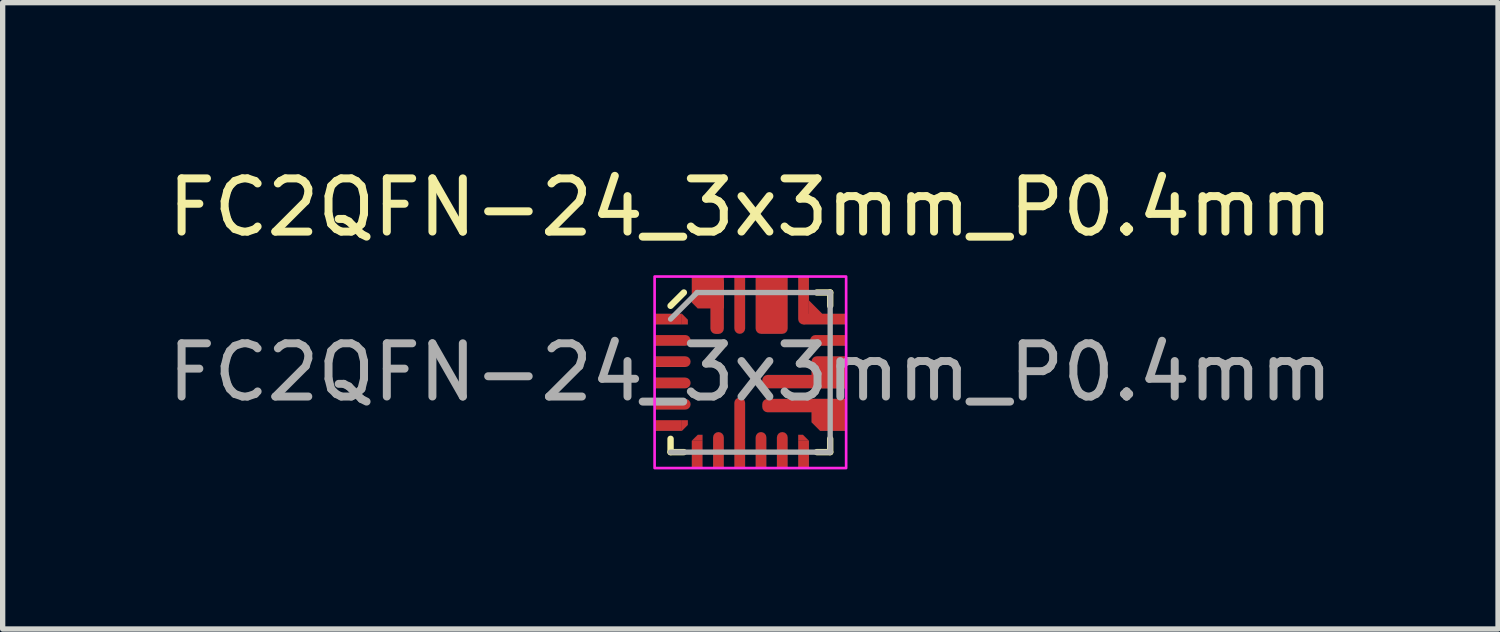
<source format=kicad_pcb>
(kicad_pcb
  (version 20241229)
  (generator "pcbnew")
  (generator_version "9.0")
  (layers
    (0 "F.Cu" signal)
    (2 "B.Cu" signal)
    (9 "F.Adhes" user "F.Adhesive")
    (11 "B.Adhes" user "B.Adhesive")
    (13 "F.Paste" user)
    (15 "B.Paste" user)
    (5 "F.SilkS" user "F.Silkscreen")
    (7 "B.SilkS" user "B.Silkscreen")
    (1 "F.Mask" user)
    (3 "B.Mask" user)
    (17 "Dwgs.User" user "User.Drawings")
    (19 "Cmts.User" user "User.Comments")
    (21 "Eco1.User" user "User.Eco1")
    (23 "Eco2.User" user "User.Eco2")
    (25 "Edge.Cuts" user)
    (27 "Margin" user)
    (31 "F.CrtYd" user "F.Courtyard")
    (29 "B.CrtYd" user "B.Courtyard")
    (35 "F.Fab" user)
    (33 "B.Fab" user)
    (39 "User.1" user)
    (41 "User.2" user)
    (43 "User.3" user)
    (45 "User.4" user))
  (footprint "FC2QFN-24_3x3mm_P0.4mm"
    (layer "F.Cu")
    (at 11.054 3.948)
    (property "Reference" "FC2QFN-24_3x3mm_P0.4mm" (at 0 -3.1 0) (unlocked yes) (layer "F.SilkS") (effects (font (size 1 1) (thickness 0.15))))
    (attr smd)
    (fp_line (start -1.5 1.5) (end -1.5 1.25) (stroke (width 0.12) (type solid)) (layer "F.SilkS"))
    (fp_line (start -1.25 -1.5) (end -1.5 -1.25) (stroke (width 0.12) (type solid)) (layer "F.SilkS"))
    (fp_line (start -1.25 1.5) (end -1.5 1.5) (stroke (width 0.12) (type solid)) (layer "F.SilkS"))
    (fp_line (start 1.25 -1.5) (end 1.5 -1.5) (stroke (width 0.12) (type solid)) (layer "F.SilkS"))
    (fp_line (start 1.5 -1.5) (end 1.5 -1.25) (stroke (width 0.12) (type solid)) (layer "F.SilkS"))
    (fp_line (start 1.5 1.25) (end 1.5 1.5) (stroke (width 0.12) (type solid)) (layer "F.SilkS"))
    (fp_line (start 1.5 1.5) (end 1.25 1.5) (stroke (width 0.12) (type solid)) (layer "F.SilkS"))
    (fp_line (start -1.8 -1.1) (end -1.8 -0.9) (stroke (width 0.001) (type solid)) (layer "Dwgs.User"))
    (fp_line (start -1.8 -0.9) (end -1.175 -0.9) (stroke (width 0.001) (type solid)) (layer "Dwgs.User"))
    (fp_line (start -1.8 -0.7) (end -1.8 -0.5) (stroke (width 0.001) (type solid)) (layer "Dwgs.User"))
    (fp_line (start -1.8 -0.7) (end -1.225 -0.7) (stroke (width 0.001) (type solid)) (layer "Dwgs.User"))
    (fp_line (start -1.8 -0.5) (end -1.225 -0.5) (stroke (width 0.001) (type solid)) (layer "Dwgs.User"))
    (fp_line (start -1.8 -0.3) (end -1.8 -0.1) (stroke (width 0.001) (type solid)) (layer "Dwgs.User"))
    (fp_line (start -1.8 -0.3) (end -1.225 -0.3) (stroke (width 0.001) (type solid)) (layer "Dwgs.User"))
    (fp_line (start -1.8 -0.1) (end -1.225 -0.1) (stroke (width 0.001) (type solid)) (layer "Dwgs.User"))
    (fp_line (start -1.8 0.1) (end -1.8 0.3) (stroke (width 0.001) (type solid)) (layer "Dwgs.User"))
    (fp_line (start -1.8 0.1) (end -1.225 0.1) (stroke (width 0.001) (type solid)) (layer "Dwgs.User"))
    (fp_line (start -1.8 0.3) (end -1.225 0.3) (stroke (width 0.001) (type solid)) (layer "Dwgs.User"))
    (fp_line (start -1.8 0.5) (end -1.8 0.7) (stroke (width 0.001) (type solid)) (layer "Dwgs.User"))
    (fp_line (start -1.8 0.5) (end -1.225 0.5) (stroke (width 0.001) (type solid)) (layer "Dwgs.User"))
    (fp_line (start -1.8 0.7) (end -1.225 0.7) (stroke (width 0.001) (type solid)) (layer "Dwgs.User"))
    (fp_line (start -1.8 0.9) (end -1.175 0.9) (stroke (width 0.001) (type solid)) (layer "Dwgs.User"))
    (fp_line (start -1.8 1.1) (end -1.8 0.9) (stroke (width 0.001) (type solid)) (layer "Dwgs.User"))
    (fp_line (start -1.287 -1.1) (end -1.8 -1.1) (stroke (width 0.001) (type solid)) (layer "Dwgs.User"))
    (fp_line (start -1.287 1.1) (end -1.8 1.1) (stroke (width 0.001) (type solid)) (layer "Dwgs.User"))
    (fp_line (start -1.175 -0.988) (end -1.287 -1.1) (stroke (width 0.001) (type solid)) (layer "Dwgs.User"))
    (fp_line (start -1.175 -0.9) (end -1.175 -0.988) (stroke (width 0.001) (type solid)) (layer "Dwgs.User"))
    (fp_line (start -1.175 0.9) (end -1.175 0.988) (stroke (width 0.001) (type solid)) (layer "Dwgs.User"))
    (fp_line (start -1.175 0.988) (end -1.287 1.1) (stroke (width 0.001) (type solid)) (layer "Dwgs.User"))
    (fp_line (start -1.1 -1.8) (end -1.1 -1.312) (stroke (width 0.001) (type solid)) (layer "Dwgs.User"))
    (fp_line (start -1.1 -1.312) (end -0.988 -1.2) (stroke (width 0.001) (type solid)) (layer "Dwgs.User"))
    (fp_line (start -1.1 1.287) (end -0.988 1.175) (stroke (width 0.001) (type solid)) (layer "Dwgs.User"))
    (fp_line (start -1.1 1.8) (end -1.1 1.287) (stroke (width 0.001) (type solid)) (layer "Dwgs.User"))
    (fp_line (start -0.988 -1.2) (end -0.75 -1.2) (stroke (width 0.001) (type solid)) (layer "Dwgs.User"))
    (fp_line (start -0.988 1.175) (end -0.9 1.175) (stroke (width 0.001) (type solid)) (layer "Dwgs.User"))
    (fp_line (start -0.9 1.175) (end -0.9 1.8) (stroke (width 0.001) (type solid)) (layer "Dwgs.User"))
    (fp_line (start -0.9 1.8) (end -1.1 1.8) (stroke (width 0.001) (type solid)) (layer "Dwgs.User"))
    (fp_line (start -0.75 -1.2) (end -0.75 -0.825) (stroke (width 0.001) (type solid)) (layer "Dwgs.User"))
    (fp_line (start -0.7 1.225) (end -0.7 1.8) (stroke (width 0.001) (type solid)) (layer "Dwgs.User"))
    (fp_line (start -0.7 1.8) (end -0.5 1.8) (stroke (width 0.001) (type solid)) (layer "Dwgs.User"))
    (fp_line (start -0.65 -0.725) (end -0.6 -0.725) (stroke (width 0.001) (type solid)) (layer "Dwgs.User"))
    (fp_line (start -0.5 -1.8) (end -1.1 -1.8) (stroke (width 0.001) (type solid)) (layer "Dwgs.User"))
    (fp_line (start -0.5 -0.825) (end -0.5 -1.8) (stroke (width 0.001) (type solid)) (layer "Dwgs.User"))
    (fp_line (start -0.5 1.225) (end -0.5 1.8) (stroke (width 0.001) (type solid)) (layer "Dwgs.User"))
    (fp_line (start -0.3 -1.8) (end -0.3 -0.825) (stroke (width 0.001) (type solid)) (layer "Dwgs.User"))
    (fp_line (start -0.3 -1.8) (end -0.1 -1.8) (stroke (width 0.001) (type solid)) (layer "Dwgs.User"))
    (fp_line (start -0.3 0.575) (end -0.3 1.8) (stroke (width 0.001) (type solid)) (layer "Dwgs.User"))
    (fp_line (start -0.3 1.8) (end -0.1 1.8) (stroke (width 0.001) (type solid)) (layer "Dwgs.User"))
    (fp_line (start -0.1 -1.8) (end -0.1 -0.825) (stroke (width 0.001) (type solid)) (layer "Dwgs.User"))
    (fp_line (start -0.1 0.575) (end -0.1 1.8) (stroke (width 0.001) (type solid)) (layer "Dwgs.User"))
    (fp_line (start 0.1 -1.8) (end 0.1 -0.825) (stroke (width 0.001) (type solid)) (layer "Dwgs.User"))
    (fp_line (start 0.1 -1.8) (end 0.7 -1.8) (stroke (width 0.001) (type solid)) (layer "Dwgs.User"))
    (fp_line (start 0.1 1.225) (end 0.1 1.8) (stroke (width 0.001) (type solid)) (layer "Dwgs.User"))
    (fp_line (start 0.1 1.8) (end 0.3 1.8) (stroke (width 0.001) (type solid)) (layer "Dwgs.User"))
    (fp_line (start 0.2 -0.725) (end 0.6 -0.725) (stroke (width 0.001) (type solid)) (layer "Dwgs.User"))
    (fp_line (start 0.225 0.15) (end 0.225 0.2) (stroke (width 0.001) (type solid)) (layer "Dwgs.User"))
    (fp_line (start 0.225 0.6) (end 0.225 0.65) (stroke (width 0.001) (type solid)) (layer "Dwgs.User"))
    (fp_line (start 0.3 1.225) (end 0.3 1.8) (stroke (width 0.001) (type solid)) (layer "Dwgs.User"))
    (fp_line (start 0.325 0.3) (end 1.8 0.3) (stroke (width 0.001) (type solid)) (layer "Dwgs.User"))
    (fp_line (start 0.325 0.75) (end 1.15 0.75) (stroke (width 0.001) (type solid)) (layer "Dwgs.User"))
    (fp_line (start 0.5 1.225) (end 0.5 1.8) (stroke (width 0.001) (type solid)) (layer "Dwgs.User"))
    (fp_line (start 0.5 1.8) (end 0.7 1.8) (stroke (width 0.001) (type solid)) (layer "Dwgs.User"))
    (fp_line (start 0.7 -1.8) (end 0.7 -0.825) (stroke (width 0.001) (type solid)) (layer "Dwgs.User"))
    (fp_line (start 0.7 1.225) (end 0.7 1.8) (stroke (width 0.001) (type solid)) (layer "Dwgs.User"))
    (fp_line (start 0.9 -1.8) (end 0.9 -1) (stroke (width 0.001) (type solid)) (layer "Dwgs.User"))
    (fp_line (start 0.9 -1.8) (end 1.1 -1.8) (stroke (width 0.001) (type solid)) (layer "Dwgs.User"))
    (fp_line (start 0.9 1.175) (end 0.9 1.8) (stroke (width 0.001) (type solid)) (layer "Dwgs.User"))
    (fp_line (start 0.9 1.8) (end 1.1 1.8) (stroke (width 0.001) (type solid)) (layer "Dwgs.User"))
    (fp_line (start 0.988 1.175) (end 0.9 1.175) (stroke (width 0.001) (type solid)) (layer "Dwgs.User"))
    (fp_line (start 1.1 -1.8) (end 1.1 -1.35) (stroke (width 0.001) (type solid)) (layer "Dwgs.User"))
    (fp_line (start 1.1 -1.35) (end 1.35 -1.1) (stroke (width 0.001) (type solid)) (layer "Dwgs.User"))
    (fp_line (start 1.1 1.287) (end 0.988 1.175) (stroke (width 0.001) (type solid)) (layer "Dwgs.User"))
    (fp_line (start 1.1 1.8) (end 1.1 1.287) (stroke (width 0.001) (type solid)) (layer "Dwgs.User"))
    (fp_line (start 1.15 -0.2) (end 1.15 0.05) (stroke (width 0.001) (type solid)) (layer "Dwgs.User"))
    (fp_line (start 1.15 0.05) (end 0.325 0.05) (stroke (width 0.001) (type solid)) (layer "Dwgs.User"))
    (fp_line (start 1.15 0.938) (end 1.15 0.75) (stroke (width 0.001) (type solid)) (layer "Dwgs.User"))
    (fp_line (start 1.312 1.1) (end 1.15 0.938) (stroke (width 0.001) (type solid)) (layer "Dwgs.User"))
    (fp_line (start 1.35 -1.1) (end 1.8 -1.1) (stroke (width 0.001) (type solid)) (layer "Dwgs.User"))
    (fp_line (start 1.8 -1.1) (end 1.8 -0.9) (stroke (width 0.001) (type solid)) (layer "Dwgs.User"))
    (fp_line (start 1.8 -0.9) (end 1 -0.9) (stroke (width 0.001) (type solid)) (layer "Dwgs.User"))
    (fp_line (start 1.8 -0.7) (end 1.225 -0.7) (stroke (width 0.001) (type solid)) (layer "Dwgs.User"))
    (fp_line (start 1.8 -0.7) (end 1.8 -0.5) (stroke (width 0.001) (type solid)) (layer "Dwgs.User"))
    (fp_line (start 1.8 -0.5) (end 1.225 -0.5) (stroke (width 0.001) (type solid)) (layer "Dwgs.User"))
    (fp_line (start 1.8 -0.3) (end 1.25 -0.3) (stroke (width 0.001) (type solid)) (layer "Dwgs.User"))
    (fp_line (start 1.8 0.3) (end 1.8 -0.3) (stroke (width 0.001) (type solid)) (layer "Dwgs.User"))
    (fp_line (start 1.8 0.5) (end 0.325 0.5) (stroke (width 0.001) (type solid)) (layer "Dwgs.User"))
    (fp_line (start 1.8 0.5) (end 1.8 1.1) (stroke (width 0.001) (type solid)) (layer "Dwgs.User"))
    (fp_line (start 1.8 1.1) (end 1.312 1.1) (stroke (width 0.001) (type solid)) (layer "Dwgs.User"))
    (fp_arc (start -1.225 -0.7) (mid -1.125 -0.6) (end -1.225 -0.5) (stroke (width 0.001) (type solid)) (layer "Dwgs.User"))
    (fp_arc (start -1.225 -0.3) (mid -1.125 -0.2) (end -1.225 -0.1) (stroke (width 0.001) (type solid)) (layer "Dwgs.User"))
    (fp_arc (start -1.225 0.1) (mid -1.125 0.2) (end -1.225 0.3) (stroke (width 0.001) (type solid)) (layer "Dwgs.User"))
    (fp_arc (start -1.225 0.5) (mid -1.125 0.6) (end -1.225 0.7) (stroke (width 0.001) (type solid)) (layer "Dwgs.User"))
    (fp_arc (start -0.7 1.225) (mid -0.6 1.125) (end -0.5 1.225) (stroke (width 0.001) (type solid)) (layer "Dwgs.User"))
    (fp_arc (start -0.65 -0.725) (mid -0.720711 -0.754289) (end -0.75 -0.825) (stroke (width 0.001) (type solid)) (layer "Dwgs.User"))
    (fp_arc (start -0.5 -0.825) (mid -0.529289 -0.754289) (end -0.6 -0.725) (stroke (width 0.001) (type solid)) (layer "Dwgs.User"))
    (fp_arc (start -0.3 0.575) (mid -0.2 0.475) (end -0.1 0.575) (stroke (width 0.001) (type solid)) (layer "Dwgs.User"))
    (fp_arc (start -0.2 -0.725) (mid -0.270711 -0.754289) (end -0.3 -0.825) (stroke (width 0.001) (type solid)) (layer "Dwgs.User"))
    (fp_arc (start -0.1 -0.825) (mid -0.129289 -0.754289) (end -0.2 -0.725) (stroke (width 0.001) (type solid)) (layer "Dwgs.User"))
    (fp_arc (start 0.1 1.225) (mid 0.2 1.125) (end 0.3 1.225) (stroke (width 0.001) (type solid)) (layer "Dwgs.User"))
    (fp_arc (start 0.2 -0.725) (mid 0.129289 -0.754289) (end 0.1 -0.825) (stroke (width 0.001) (type solid)) (layer "Dwgs.User"))
    (fp_arc (start 0.225 0.15) (mid 0.254289 0.079289) (end 0.325 0.05) (stroke (width 0.001) (type solid)) (layer "Dwgs.User"))
    (fp_arc (start 0.225 0.6) (mid 0.254289 0.529289) (end 0.325 0.5) (stroke (width 0.001) (type solid)) (layer "Dwgs.User"))
    (fp_arc (start 0.325 0.3) (mid 0.254289 0.270711) (end 0.225 0.2) (stroke (width 0.001) (type solid)) (layer "Dwgs.User"))
    (fp_arc (start 0.325 0.75) (mid 0.254289 0.720711) (end 0.225 0.65) (stroke (width 0.001) (type solid)) (layer "Dwgs.User"))
    (fp_arc (start 0.5 1.225) (mid 0.6 1.125) (end 0.7 1.225) (stroke (width 0.001) (type solid)) (layer "Dwgs.User"))
    (fp_arc (start 0.7 -0.825) (mid 0.670711 -0.754289) (end 0.6 -0.725) (stroke (width 0.001) (type solid)) (layer "Dwgs.User"))
    (fp_arc (start 1 -0.9) (mid 0.929289 -0.929289) (end 0.9 -1) (stroke (width 0.001) (type solid)) (layer "Dwgs.User"))
    (fp_arc (start 1.15 -0.2) (mid 1.179289 -0.270711) (end 1.25 -0.3) (stroke (width 0.001) (type solid)) (layer "Dwgs.User"))
    (fp_arc (start 1.225 -0.5) (mid 1.125 -0.6) (end 1.225 -0.7) (stroke (width 0.001) (type solid)) (layer "Dwgs.User"))
    (fp_rect (start -1.8 -1.8) (end 1.8 1.8) (stroke (width 0.05) (type solid)) (fill no) (layer "F.CrtYd"))
    (fp_line (start -1.5 -1) (end -1 -1.5) (stroke (width 0.1) (type solid)) (layer "F.Fab"))
    (fp_line (start -1 -1.5) (end 1.5 -1.5) (stroke (width 0.1) (type solid)) (layer "F.Fab"))
    (fp_line (start 1.5 -1.5) (end 1.5 1.5) (stroke (width 0.1) (type solid)) (layer "F.Fab"))
    (fp_line (start 1.5 1.5) (end -1.5 1.5) (stroke (width 0.1) (type solid)) (layer "F.Fab"))
    (fp_text user "${REFERENCE}" (at 0 0 0) (unlocked yes) (layer "F.Fab") (effects (font (size 1 1) (thickness 0.15))))
    (pad "1" smd custom (at -1.544 -1) (size 0.513 0.2) (layers "F.Cu" "F.Mask" "F.Paste") (options (anchor rect)) (primitives (gr_poly (pts (xy 0.257 -0.1) (xy 0.368 0.012) (xy 0.368 0.1) (xy 0.257 0.1)) (width 0) (fill yes))))
    (pad "2" smd roundrect (at -1.462 -0.6 90) (size 0.2 0.675) (layers "F.Cu" "F.Mask" "F.Paste") (roundrect_rratio 0.5) (chamfer_ratio 0) (chamfer top_left top_right))
    (pad "3" smd roundrect (at -1.462 -0.2 90) (size 0.2 0.675) (layers "F.Cu" "F.Mask" "F.Paste") (roundrect_rratio 0.5) (chamfer_ratio 0) (chamfer top_left top_right))
    (pad "4" smd roundrect (at -1.462 0.2 90) (size 0.2 0.675) (layers "F.Cu" "F.Mask" "F.Paste") (roundrect_rratio 0.5) (chamfer_ratio 0) (chamfer top_left top_right))
    (pad "5" smd roundrect (at -1.462 0.6 90) (size 0.2 0.675) (layers "F.Cu" "F.Mask" "F.Paste") (roundrect_rratio 0.5) (chamfer_ratio 0) (chamfer top_left top_right))
    (pad "6" smd custom (at -1.544 1) (size 0.513 0.2) (layers "F.Cu" "F.Mask" "F.Paste") (options (anchor rect)) (primitives (gr_poly (pts (xy 0.257 0.1) (xy 0.368 -0.012) (xy 0.368 -0.1) (xy 0.257 -0.1)) (width 0) (fill yes))))
    (pad "7" smd custom (at -1 1.544 90) (size 0.513 0.2) (layers "F.Cu" "F.Mask" "F.Paste") (options (anchor rect)) (primitives (gr_poly (pts (xy 0.257 -0.1) (xy 0.368 0.012) (xy 0.368 0.1) (xy 0.257 0.1)) (width 0) (fill yes))))
    (pad "8" smd roundrect (at -0.6 1.462 180) (size 0.2 0.675) (layers "F.Cu" "F.Mask" "F.Paste") (roundrect_rratio 0.5) (chamfer_ratio 0) (chamfer top_left top_right))
    (pad "9" smd roundrect (at -0.2 1.137 180) (size 0.2 1.325) (layers "F.Cu" "F.Mask" "F.Paste") (roundrect_rratio 0.5) (chamfer_ratio 0) (chamfer top_left top_right))
    (pad "10" smd roundrect (at 0.2 1.462 180) (size 0.2 0.675) (layers "F.Cu" "F.Mask" "F.Paste") (roundrect_rratio 0.5) (chamfer_ratio 0) (chamfer top_left top_right))
    (pad "11" smd roundrect (at 0.6 1.462 180) (size 0.2 0.675) (layers "F.Cu" "F.Mask" "F.Paste") (roundrect_rratio 0.5) (chamfer_ratio 0) (chamfer top_left top_right))
    (pad "12" smd custom (at 1 1.544 90) (size 0.513 0.2) (layers "F.Cu" "F.Mask" "F.Paste") (options (anchor rect)) (primitives (gr_poly (pts (xy 0.257 0.1) (xy 0.368 -0.012) (xy 0.368 -0.1) (xy 0.257 -0.1)) (width 0) (fill yes))))
    (pad "13" smd roundrect (at 1.475 0.8) (size 0.65 0.6) (layers "F.Cu" "F.Mask" "F.Paste") (roundrect_rratio 0) (chamfer_ratio 0.269) (chamfer bottom_left))
    (pad "14" smd roundrect (at 1.012 0.625 270) (size 0.25 1.575) (layers "F.Cu" "F.Mask" "F.Paste") (roundrect_rratio 0.4) (chamfer_ratio 0) (chamfer top_left top_right))
    (pad "15" smd roundrect (at 1.012 0.175 270) (size 0.25 1.575) (layers "F.Cu" "F.Mask" "F.Paste") (roundrect_rratio 0.4) (chamfer_ratio 0) (chamfer top_left top_right))
    (pad "16" smd roundrect (at 1.475 0 270) (size 0.6 0.65) (layers "F.Cu" "F.Mask" "F.Paste") (roundrect_rratio 0.167) (chamfer_ratio 0) (chamfer top_left top_right bottom_right))
    (pad "17" smd roundrect (at 1.462 -0.6 270) (size 0.2 0.675) (layers "F.Cu" "F.Mask" "F.Paste") (roundrect_rratio 0.5) (chamfer_ratio 0) (chamfer top_left top_right))
    (pad "18" smd custom (at 1.4 -1 90) (size 0.2 0.8) (layers "F.Cu" "F.Mask" "F.Paste") (options (anchor rect)) (primitives (gr_poly (pts (xy 0.1 -0.05) (xy 0.35 -0.3) (xy 0.1 -0.3)) (width 0.0001) (fill yes))))
    (pad "19" smd roundrect (at 1 -1.35) (size 0.2 0.9) (layers "F.Cu" "F.Mask" "F.Paste") (roundrect_rratio 0.5) (chamfer_ratio 0) (chamfer top_left top_right))
    (pad "20" smd roundrect (at 0.4 -1.262) (size 0.6 1.075) (layers "F.Cu" "F.Mask" "F.Paste") (roundrect_rratio 0.167) (chamfer_ratio 0) (chamfer top_left top_right))
    (pad "22" smd roundrect (at -0.2 -1.262) (size 0.2 1.075) (layers "F.Cu" "F.Mask" "F.Paste") (roundrect_rratio 0.5) (chamfer_ratio 0) (chamfer top_left top_right))
    (pad "23" smd roundrect (at -0.625 -1.26) (size 0.25 1.075) (layers "F.Cu" "F.Mask" "F.Paste") (roundrect_rratio 0.4))
    (pad "24" smd roundrect (at -0.8 -1.5) (size 0.6 0.6) (layers "F.Cu" "F.Mask" "F.Paste") (roundrect_rratio 0) (chamfer_ratio 0.187) (chamfer bottom_left)))
  (gr_rect
    (start -3 -3)
    (end 25.107 8.773)
    (stroke (width 0.1) (type default))
    (fill no)
    (layer "Edge.Cuts")))
</source>
